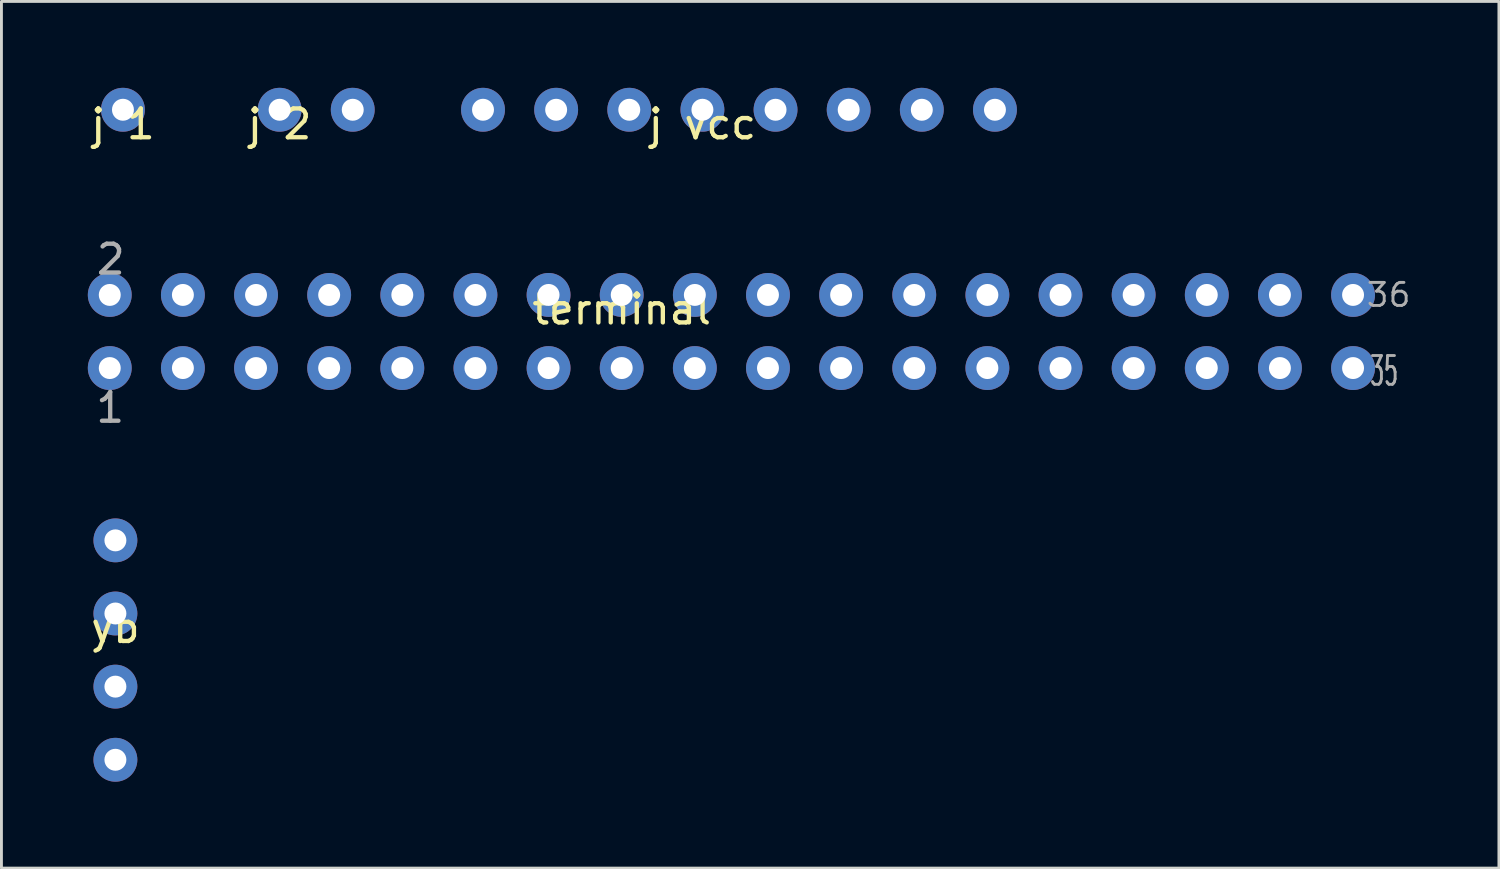
<source format=kicad_pcb>
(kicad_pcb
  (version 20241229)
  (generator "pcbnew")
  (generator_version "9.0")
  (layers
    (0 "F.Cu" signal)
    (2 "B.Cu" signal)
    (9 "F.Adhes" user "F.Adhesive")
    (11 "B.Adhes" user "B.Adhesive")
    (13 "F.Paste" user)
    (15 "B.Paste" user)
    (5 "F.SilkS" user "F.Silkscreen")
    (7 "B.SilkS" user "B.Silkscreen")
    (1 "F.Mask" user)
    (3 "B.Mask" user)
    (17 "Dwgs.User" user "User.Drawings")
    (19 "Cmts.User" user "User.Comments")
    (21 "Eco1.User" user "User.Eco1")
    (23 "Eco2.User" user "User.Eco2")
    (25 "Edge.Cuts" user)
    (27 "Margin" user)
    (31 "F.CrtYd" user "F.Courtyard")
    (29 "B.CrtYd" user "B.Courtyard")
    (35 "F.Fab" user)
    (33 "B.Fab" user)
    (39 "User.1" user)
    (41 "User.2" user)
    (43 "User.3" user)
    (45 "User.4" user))
  (footprint "j vcc"
    (layer "F.Cu")
    (at 21.345 0.762)
    (property "Reference" "j vcc" (at 0 0.5 0) (layer "F.SilkS") (effects (font (size 1 1) (thickness 0.15))))
    (attr through_hole)
    (pad "1" thru_hole circle (at -7.62 0) (size 1.524 1.524) (drill 0.762) (layers "*.Cu" "*.Mask"))
    (pad "2" thru_hole circle (at -5.08 0) (size 1.524 1.524) (drill 0.762) (layers "*.Cu" "*.Mask"))
    (pad "3" thru_hole circle (at -2.54 0) (size 1.524 1.524) (drill 0.762) (layers "*.Cu" "*.Mask"))
    (pad "4" thru_hole circle (at 0 0) (size 1.524 1.524) (drill 0.762) (layers "*.Cu" "*.Mask"))
    (pad "5" thru_hole circle (at 2.54 0) (size 1.524 1.524) (drill 0.762) (layers "*.Cu" "*.Mask"))
    (pad "6" thru_hole circle (at 5.08 0) (size 1.524 1.524) (drill 0.762) (layers "*.Cu" "*.Mask"))
    (pad "7" thru_hole circle (at 7.62 0) (size 1.524 1.524) (drill 0.762) (layers "*.Cu" "*.Mask"))
    (pad "8" thru_hole circle (at 10.16 0) (size 1.524 1.524) (drill 0.762) (layers "*.Cu" "*.Mask")))
  (footprint "j 1"
    (layer "F.Cu")
    (at 1.22 0.762)
    (property "Reference" "j 1" (at 0 0.5 0) (layer "F.SilkS") (effects (font (size 1 1) (thickness 0.15))))
    (attr through_hole)
    (pad "1" thru_hole circle (at 0 0) (size 1.524 1.524) (drill 0.762) (layers "*.Cu" "*.Mask")))
  (footprint "j 2"
    (layer "F.Cu")
    (at 6.661 0.762)
    (property "Reference" "j 2" (at 0 0.5 0) (layer "F.SilkS") (effects (font (size 1 1) (thickness 0.15))))
    (attr through_hole)
    (pad "1" thru_hole circle (at 0 0) (size 1.524 1.524) (drill 0.762) (layers "*.Cu" "*.Mask"))
    (pad "2" thru_hole circle (at 2.54 0) (size 1.524 1.524) (drill 0.762) (layers "*.Cu" "*.Mask")))
  (footprint "terminal"
    (layer "F.Cu")
    (at 18.542 7.193)
    (property "Reference" "terminal" (at 0 0.5 0) (layer "F.SilkS") (effects (font (size 1 1) (thickness 0.15))))
    (attr through_hole)
    (fp_text user "2" (at -17.744 -1.234 0) (layer "F.Fab") (effects (font (size 1 1) (thickness 0.15))))
    (fp_text user "1" (at -17.765 3.914 0) (layer "F.Fab") (effects (font (size 1 1) (thickness 0.15))))
    (fp_text user "35" (at 26.48 2.647 0) (layer "F.Fab") (effects (font (size 1 0.5) (thickness 0.1))))
    (fp_text user "36" (at 26.634 0 0) (layer "F.Fab") (effects (font (size 0.8 0.8) (thickness 0.1))))
    (pad "1" thru_hole circle (at -17.78 2.54) (size 1.524 1.524) (drill 0.762) (layers "*.Cu" "*.Mask"))
    (pad "2" thru_hole circle (at -17.78 0) (size 1.524 1.524) (drill 0.762) (layers "*.Cu" "*.Mask"))
    (pad "3" thru_hole circle (at -15.24 2.54) (size 1.524 1.524) (drill 0.762) (layers "*.Cu" "*.Mask"))
    (pad "4" thru_hole circle (at -15.24 0) (size 1.524 1.524) (drill 0.762) (layers "*.Cu" "*.Mask"))
    (pad "5" thru_hole circle (at -12.7 2.54) (size 1.524 1.524) (drill 0.762) (layers "*.Cu" "*.Mask"))
    (pad "6" thru_hole circle (at -12.7 0) (size 1.524 1.524) (drill 0.762) (layers "*.Cu" "*.Mask"))
    (pad "7" thru_hole circle (at -10.16 2.54) (size 1.524 1.524) (drill 0.762) (layers "*.Cu" "*.Mask"))
    (pad "8" thru_hole circle (at -10.16 0) (size 1.524 1.524) (drill 0.762) (layers "*.Cu" "*.Mask"))
    (pad "9" thru_hole circle (at -7.62 2.54) (size 1.524 1.524) (drill 0.762) (layers "*.Cu" "*.Mask"))
    (pad "10" thru_hole circle (at -7.62 0) (size 1.524 1.524) (drill 0.762) (layers "*.Cu" "*.Mask"))
    (pad "11" thru_hole circle (at -5.08 2.54) (size 1.524 1.524) (drill 0.762) (layers "*.Cu" "*.Mask"))
    (pad "12" thru_hole circle (at -5.08 0) (size 1.524 1.524) (drill 0.762) (layers "*.Cu" "*.Mask"))
    (pad "13" thru_hole circle (at -2.54 2.54) (size 1.524 1.524) (drill 0.762) (layers "*.Cu" "*.Mask"))
    (pad "14" thru_hole circle (at -2.54 0) (size 1.524 1.524) (drill 0.762) (layers "*.Cu" "*.Mask"))
    (pad "15" thru_hole circle (at 0 2.54) (size 1.524 1.524) (drill 0.762) (layers "*.Cu" "*.Mask"))
    (pad "16" thru_hole circle (at 0 0) (size 1.524 1.524) (drill 0.762) (layers "*.Cu" "*.Mask"))
    (pad "17" thru_hole circle (at 2.54 2.54) (size 1.524 1.524) (drill 0.762) (layers "*.Cu" "*.Mask"))
    (pad "18" thru_hole circle (at 2.54 0) (size 1.524 1.524) (drill 0.762) (layers "*.Cu" "*.Mask"))
    (pad "19" thru_hole circle (at 5.08 2.54) (size 1.524 1.524) (drill 0.762) (layers "*.Cu" "*.Mask"))
    (pad "20" thru_hole circle (at 5.08 0) (size 1.524 1.524) (drill 0.762) (layers "*.Cu" "*.Mask"))
    (pad "21" thru_hole circle (at 7.62 2.54) (size 1.524 1.524) (drill 0.762) (layers "*.Cu" "*.Mask"))
    (pad "22" thru_hole circle (at 7.62 0) (size 1.524 1.524) (drill 0.762) (layers "*.Cu" "*.Mask"))
    (pad "23" thru_hole circle (at 10.16 2.54) (size 1.524 1.524) (drill 0.762) (layers "*.Cu" "*.Mask"))
    (pad "24" thru_hole circle (at 10.16 0) (size 1.524 1.524) (drill 0.762) (layers "*.Cu" "*.Mask"))
    (pad "25" thru_hole circle (at 12.7 2.54) (size 1.524 1.524) (drill 0.762) (layers "*.Cu" "*.Mask"))
    (pad "26" thru_hole circle (at 12.7 0) (size 1.524 1.524) (drill 0.762) (layers "*.Cu" "*.Mask"))
    (pad "27" thru_hole circle (at 15.24 2.54) (size 1.524 1.524) (drill 0.762) (layers "*.Cu" "*.Mask"))
    (pad "28" thru_hole circle (at 15.24 0) (size 1.524 1.524) (drill 0.762) (layers "*.Cu" "*.Mask"))
    (pad "29" thru_hole circle (at 17.78 2.54) (size 1.524 1.524) (drill 0.762) (layers "*.Cu" "*.Mask"))
    (pad "30" thru_hole circle (at 17.78 0) (size 1.524 1.524) (drill 0.762) (layers "*.Cu" "*.Mask"))
    (pad "31" thru_hole circle (at 20.32 2.54) (size 1.524 1.524) (drill 0.762) (layers "*.Cu" "*.Mask"))
    (pad "32" thru_hole circle (at 20.32 0) (size 1.524 1.524) (drill 0.762) (layers "*.Cu" "*.Mask"))
    (pad "33" thru_hole circle (at 22.86 2.54) (size 1.524 1.524) (drill 0.762) (layers "*.Cu" "*.Mask"))
    (pad "34" thru_hole circle (at 22.86 0) (size 1.524 1.524) (drill 0.762) (layers "*.Cu" "*.Mask"))
    (pad "35" thru_hole circle (at 25.4 2.54) (size 1.524 1.524) (drill 0.762) (layers "*.Cu" "*.Mask"))
    (pad "36" thru_hole circle (at 25.4 0) (size 1.524 1.524) (drill 0.762) (layers "*.Cu" "*.Mask")))
  (footprint "yb"
    (layer "F.Cu")
    (at 0.958 18.257)
    (property "Reference" "yb" (at 0 0.5 0) (layer "F.SilkS") (effects (font (size 1 1) (thickness 0.15))))
    (attr through_hole)
    (pad "1" thru_hole circle (at 0 -2.54) (size 1.524 1.524) (drill 0.762) (layers "*.Cu" "*.Mask"))
    (pad "2" thru_hole circle (at 0 0) (size 1.524 1.524) (drill 0.762) (layers "*.Cu" "*.Mask"))
    (pad "3" thru_hole circle (at 0 2.54) (size 1.524 1.524) (drill 0.762) (layers "*.Cu" "*.Mask"))
    (pad "4" thru_hole circle (at 0 5.08) (size 1.524 1.524) (drill 0.762) (layers "*.Cu" "*.Mask")))
  (gr_rect
    (start -3 -3)
    (end 49.008 27.099)
    (stroke (width 0.1) (type default))
    (fill no)
    (layer "Edge.Cuts")))
</source>
